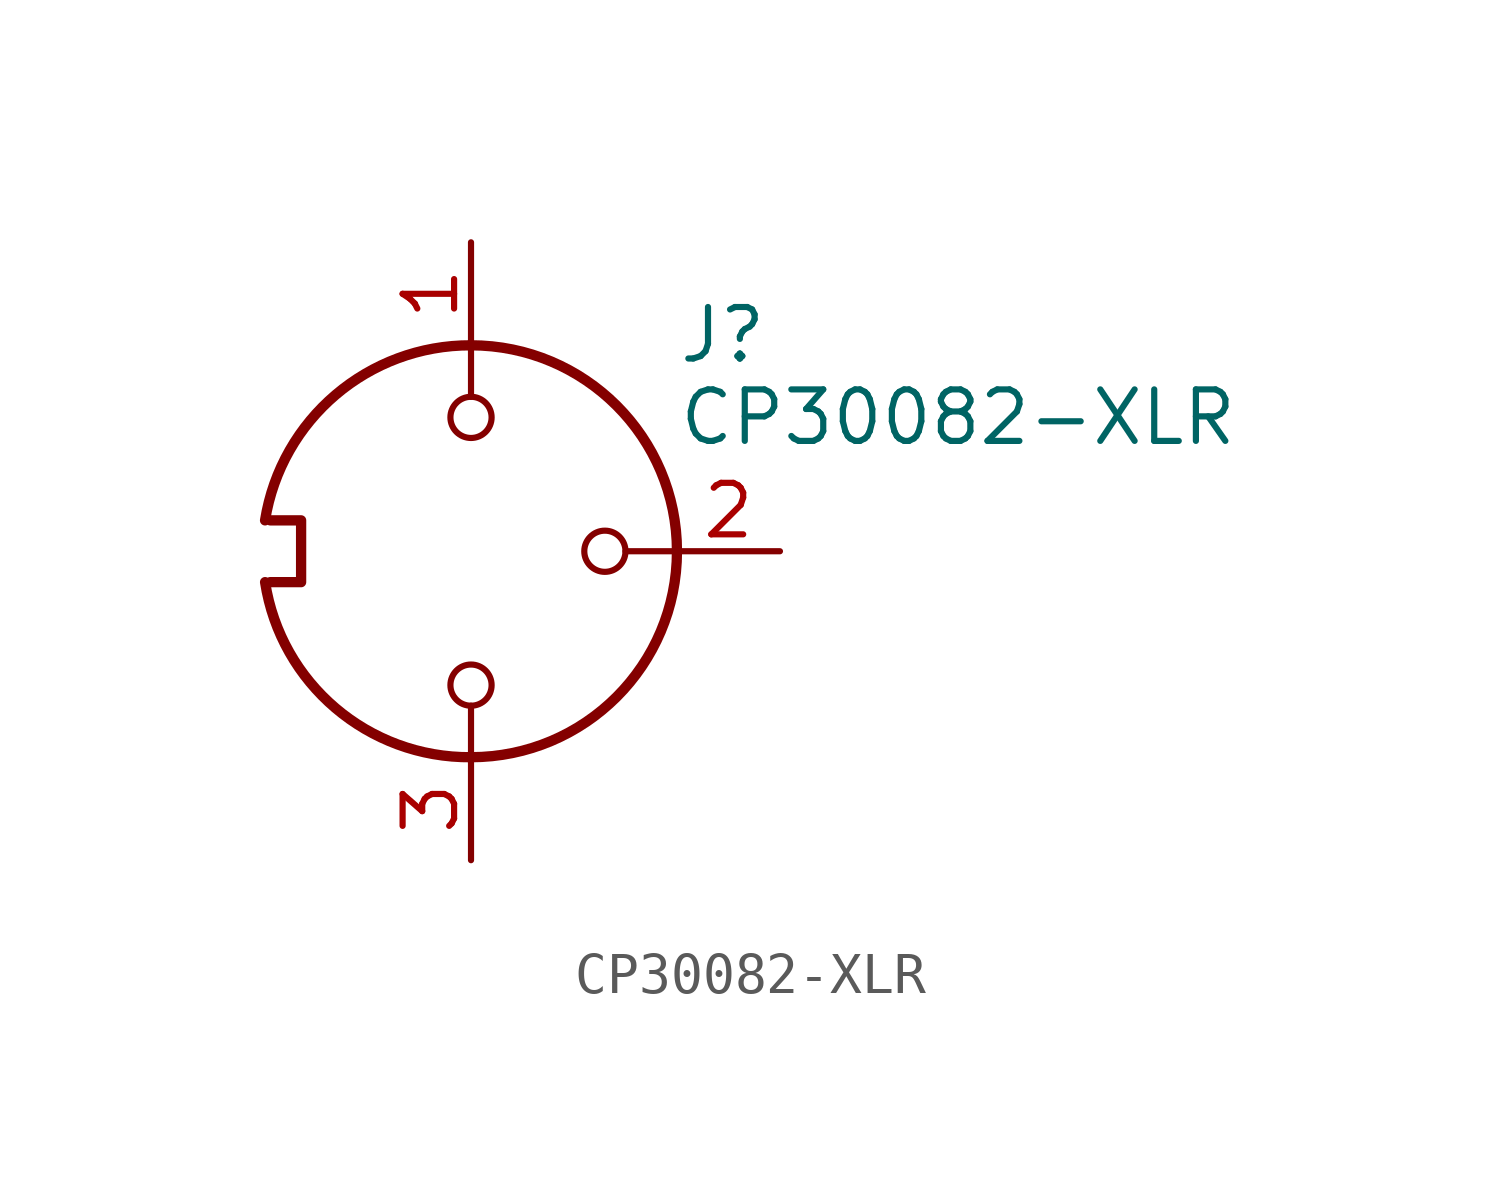
<source format=kicad_sym>
(kicad_symbol_lib
  (version 20231120)
  (generator "kicad_symbol_editor")
  (generator_version "8.0")
  (symbol "CP30082-XLR"
    (property "Reference" "J"
      (at 5.08 5.334 0)
      (effects (font (size 1.27 1.27)) (justify left)))
    (property "Value" "CP30082-XLR"
      (at 5.08 3.302 0)
      (effects (font (size 1.27 1.27)) (justify left)))
    (symbol "CP30082-XLR_0_1"
      (arc (start -5.08 -0.762) (mid -3.3444 -3.8673) (end 0 -5.08) (stroke (width 0.254) (type default)) (fill (type none)))
      (arc (start 0 -5.08) (mid 5.0579 0) (end 0 5.08) (stroke (width 0.254) (type default)) (fill (type none)))
      (circle (center 0 -3.302) (radius 0.508) (stroke (width 0) (type default)) (fill (type none)))
      (polyline (pts (xy 0 -5.08) (xy 0 -3.81)) (stroke (width 0) (type default)) (fill (type none)))
      (polyline (pts (xy 0 3.81) (xy 0 5.08)) (stroke (width 0) (type default)) (fill (type none)))
      (polyline (pts (xy 3.81 0) (xy 5.08 0)) (stroke (width 0) (type default)) (fill (type none)))
      (polyline (pts (xy -4.953 0.762) (xy -4.191 0.762) (xy -4.191 -0.762) (xy -4.953 -0.762)) (stroke (width 0.254) (type default)) (fill (type none)))
      (circle (center 0 3.302) (radius 0.508) (stroke (width 0) (type default)) (fill (type none)))
      (arc (start 0 5.08) (mid -3.3379 3.8597) (end -5.08 0.762) (stroke (width 0.254) (type default)) (fill (type none)))
      (circle (center 3.302 0) (radius 0.508) (stroke (width 0) (type default)) (fill (type none))))
    (symbol "CP30082-XLR_1_1"
      (pin passive line (at 0 7.62 270) (length 2.54) (name "~" (effects (font (size 1.27 1.27)))) (number "1" (effects (font (size 1.27 1.27)))))
      (pin passive line (at 7.62 0 180) (length 2.54) (name "~" (effects (font (size 1.27 1.27)))) (number "2" (effects (font (size 1.27 1.27)))))
      (pin passive line (at 0 -7.62 90) (length 2.54) (name "~" (effects (font (size 1.27 1.27)))) (number "3" (effects (font (size 1.27 1.27))))))))
</source>
